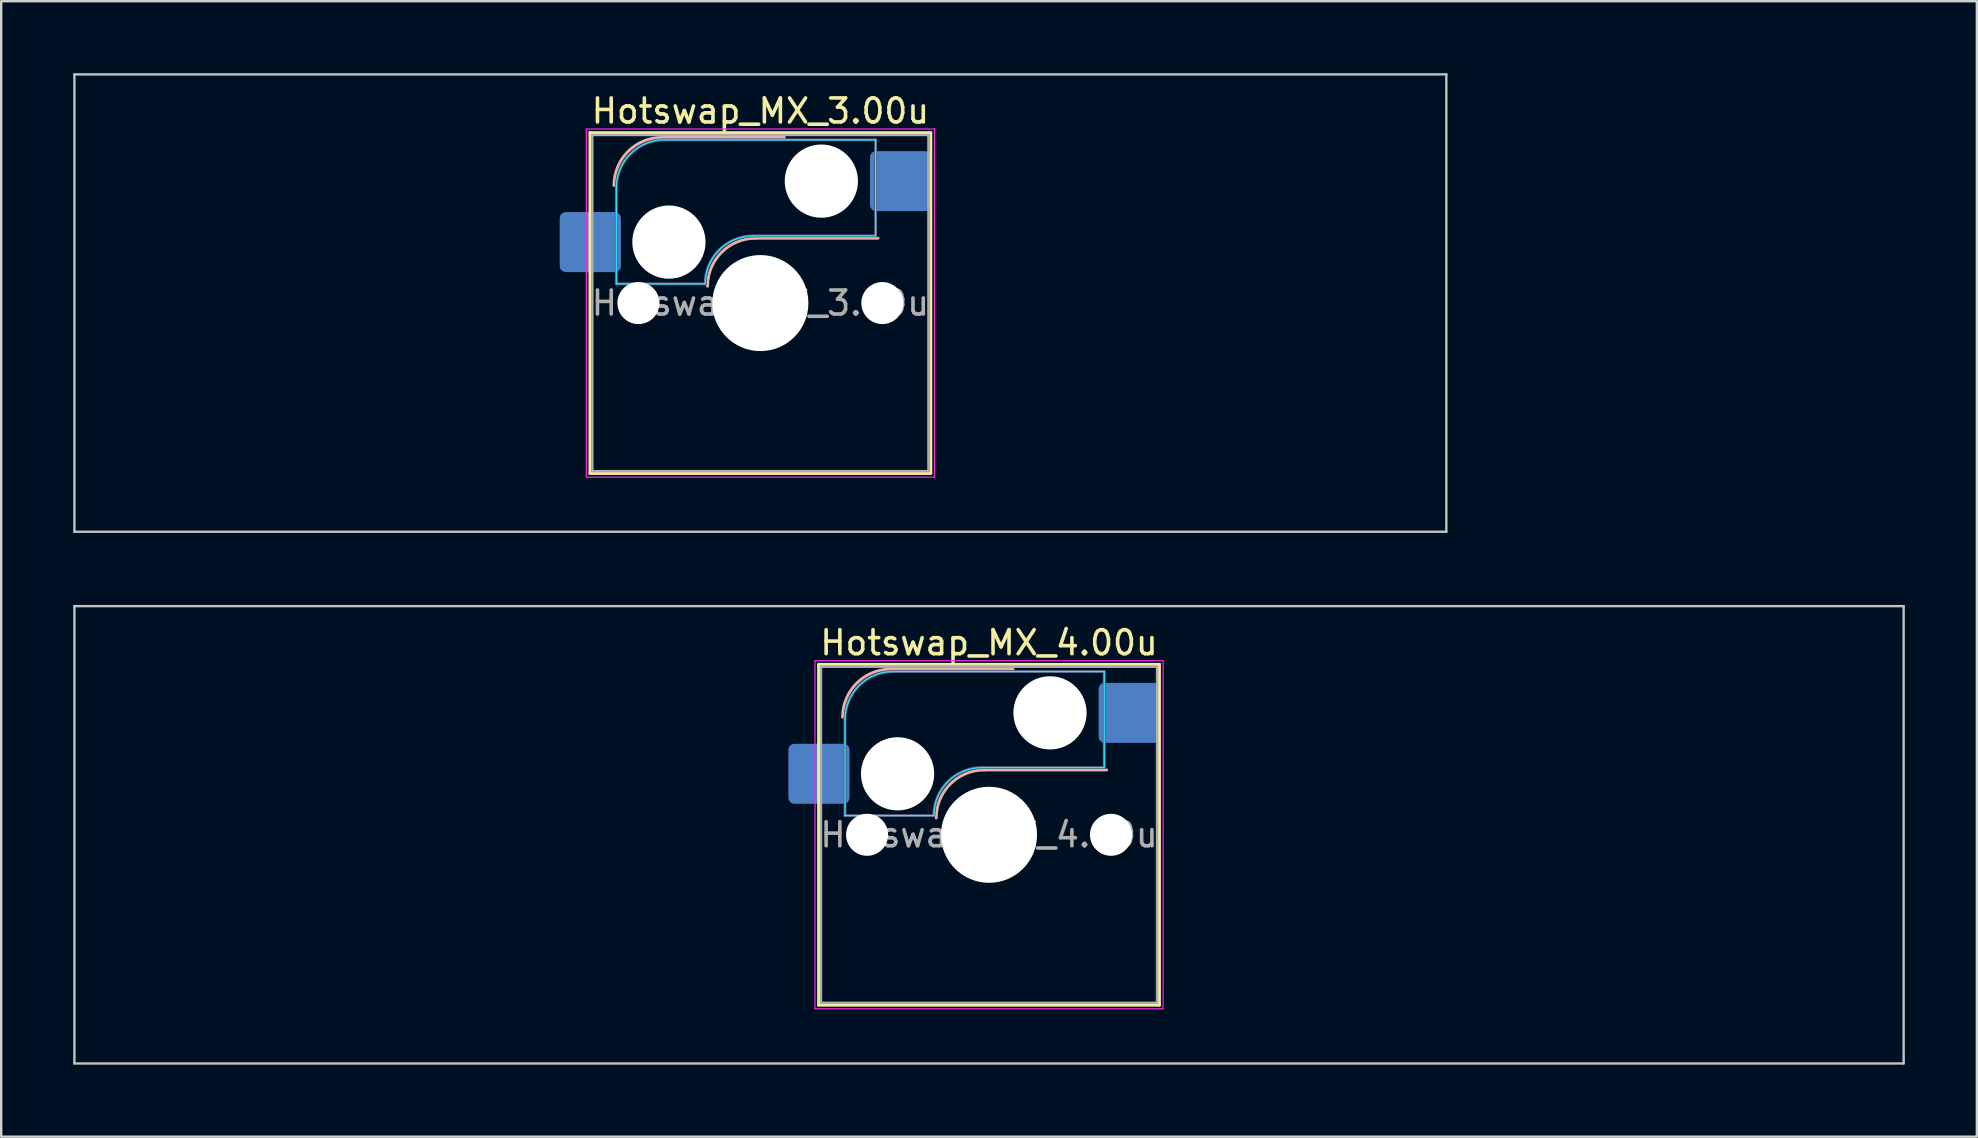
<source format=kicad_pcb>
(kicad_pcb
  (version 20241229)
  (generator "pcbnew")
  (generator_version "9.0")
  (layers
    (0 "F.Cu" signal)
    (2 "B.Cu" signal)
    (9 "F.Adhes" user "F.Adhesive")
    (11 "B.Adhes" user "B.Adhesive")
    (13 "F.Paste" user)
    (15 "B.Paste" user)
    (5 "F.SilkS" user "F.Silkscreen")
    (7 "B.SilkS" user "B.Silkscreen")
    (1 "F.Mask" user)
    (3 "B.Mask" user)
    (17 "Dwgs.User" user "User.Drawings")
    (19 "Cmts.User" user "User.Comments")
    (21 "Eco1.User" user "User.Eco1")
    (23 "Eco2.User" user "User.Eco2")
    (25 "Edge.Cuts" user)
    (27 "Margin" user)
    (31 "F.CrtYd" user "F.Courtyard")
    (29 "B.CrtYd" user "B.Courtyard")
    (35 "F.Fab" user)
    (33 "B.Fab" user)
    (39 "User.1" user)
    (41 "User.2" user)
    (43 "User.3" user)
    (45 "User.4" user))
  (footprint "Hotswap_MX_4.00u"
    (layer "F.Cu")
    (at 38.15 31.725)
    (property "Reference" "Hotswap_MX_4.00u" (at 0 -8 0) (layer "F.SilkS") (effects (font (size 1 1) (thickness 0.15))))
    (attr smd)
    (fp_line (start -7.1 -7.1) (end -7.1 7.1) (stroke (width 0.12) (type solid)) (layer "F.SilkS"))
    (fp_line (start -7.1 7.1) (end 7.1 7.1) (stroke (width 0.12) (type solid)) (layer "F.SilkS"))
    (fp_line (start 7.1 -7.1) (end -7.1 -7.1) (stroke (width 0.12) (type solid)) (layer "F.SilkS"))
    (fp_line (start 7.1 7.1) (end 7.1 -7.1) (stroke (width 0.12) (type solid)) (layer "F.SilkS"))
    (fp_line (start -4.1 -6.9) (end 1 -6.9) (stroke (width 0.12) (type solid)) (layer "B.SilkS"))
    (fp_line (start -0.2 -2.7) (end 4.9 -2.7) (stroke (width 0.12) (type solid)) (layer "B.SilkS"))
    (fp_arc (start -6.1 -4.9) (mid -5.514214 -6.314214) (end -4.1 -6.9) (stroke (width 0.12) (type solid)) (layer "B.SilkS"))
    (fp_arc (start -2.2 -0.7) (mid -1.614214 -2.114214) (end -0.2 -2.7) (stroke (width 0.12) (type solid)) (layer "B.SilkS"))
    (fp_line (start -38.1 -9.525) (end -38.1 9.525) (stroke (width 0.1) (type solid)) (layer "Dwgs.User"))
    (fp_line (start -38.1 9.525) (end 38.1 9.525) (stroke (width 0.1) (type solid)) (layer "Dwgs.User"))
    (fp_line (start 38.1 -9.525) (end -38.1 -9.525) (stroke (width 0.1) (type solid)) (layer "Dwgs.User"))
    (fp_line (start 38.1 9.525) (end 38.1 -9.525) (stroke (width 0.1) (type solid)) (layer "Dwgs.User"))
    (fp_line (start -7.8 -6) (end -7 -6) (stroke (width 0.1) (type solid)) (layer "Eco1.User"))
    (fp_line (start -7.8 -2.9) (end -7.8 -6) (stroke (width 0.1) (type solid)) (layer "Eco1.User"))
    (fp_line (start -7.8 2.9) (end -7 2.9) (stroke (width 0.1) (type solid)) (layer "Eco1.User"))
    (fp_line (start -7.8 6) (end -7.8 2.9) (stroke (width 0.1) (type solid)) (layer "Eco1.User"))
    (fp_line (start -7 -7) (end 7 -7) (stroke (width 0.1) (type solid)) (layer "Eco1.User"))
    (fp_line (start -7 -6) (end -7 -7) (stroke (width 0.1) (type solid)) (layer "Eco1.User"))
    (fp_line (start -7 -2.9) (end -7.8 -2.9) (stroke (width 0.1) (type solid)) (layer "Eco1.User"))
    (fp_line (start -7 2.9) (end -7 -2.9) (stroke (width 0.1) (type solid)) (layer "Eco1.User"))
    (fp_line (start -7 6) (end -7.8 6) (stroke (width 0.1) (type solid)) (layer "Eco1.User"))
    (fp_line (start -7 7) (end -7 6) (stroke (width 0.1) (type solid)) (layer "Eco1.User"))
    (fp_line (start 7 -7) (end 7 -6) (stroke (width 0.1) (type solid)) (layer "Eco1.User"))
    (fp_line (start 7 -6) (end 7.8 -6) (stroke (width 0.1) (type solid)) (layer "Eco1.User"))
    (fp_line (start 7 -2.9) (end 7 2.9) (stroke (width 0.1) (type solid)) (layer "Eco1.User"))
    (fp_line (start 7 2.9) (end 7.8 2.9) (stroke (width 0.1) (type solid)) (layer "Eco1.User"))
    (fp_line (start 7 6) (end 7 7) (stroke (width 0.1) (type solid)) (layer "Eco1.User"))
    (fp_line (start 7 7) (end -7 7) (stroke (width 0.1) (type solid)) (layer "Eco1.User"))
    (fp_line (start 7.8 -6) (end 7.8 -2.9) (stroke (width 0.1) (type solid)) (layer "Eco1.User"))
    (fp_line (start 7.8 -2.9) (end 7 -2.9) (stroke (width 0.1) (type solid)) (layer "Eco1.User"))
    (fp_line (start 7.8 2.9) (end 7.8 6) (stroke (width 0.1) (type solid)) (layer "Eco1.User"))
    (fp_line (start 7.8 6) (end 7 6) (stroke (width 0.1) (type solid)) (layer "Eco1.User"))
    (fp_line (start -6 -0.8) (end -6 -4.8) (stroke (width 0.05) (type solid)) (layer "B.CrtYd"))
    (fp_line (start -6 -0.8) (end -2.3 -0.8) (stroke (width 0.05) (type solid)) (layer "B.CrtYd"))
    (fp_line (start -4 -6.8) (end 4.8 -6.8) (stroke (width 0.05) (type solid)) (layer "B.CrtYd"))
    (fp_line (start -0.3 -2.8) (end 4.8 -2.8) (stroke (width 0.05) (type solid)) (layer "B.CrtYd"))
    (fp_line (start 4.8 -6.8) (end 4.8 -2.8) (stroke (width 0.05) (type solid)) (layer "B.CrtYd"))
    (fp_arc (start -6 -4.8) (mid -5.414214 -6.214214) (end -4 -6.8) (stroke (width 0.05) (type solid)) (layer "B.CrtYd"))
    (fp_arc (start -2.3 -0.8) (mid -1.714214 -2.214214) (end -0.3 -2.8) (stroke (width 0.05) (type solid)) (layer "B.CrtYd"))
    (fp_line (start -7.25 -7.25) (end -7.25 7.25) (stroke (width 0.05) (type solid)) (layer "F.CrtYd"))
    (fp_line (start -7.25 7.25) (end 7.25 7.25) (stroke (width 0.05) (type solid)) (layer "F.CrtYd"))
    (fp_line (start 7.25 -7.25) (end -7.25 -7.25) (stroke (width 0.05) (type solid)) (layer "F.CrtYd"))
    (fp_line (start 7.25 7.25) (end 7.25 -7.25) (stroke (width 0.05) (type solid)) (layer "F.CrtYd"))
    (fp_line (start -6 -0.8) (end -6 -4.8) (stroke (width 0.12) (type solid)) (layer "B.Fab"))
    (fp_line (start -6 -0.8) (end -2.3 -0.8) (stroke (width 0.12) (type solid)) (layer "B.Fab"))
    (fp_line (start -4 -6.8) (end 4.8 -6.8) (stroke (width 0.12) (type solid)) (layer "B.Fab"))
    (fp_line (start -0.3 -2.8) (end 4.8 -2.8) (stroke (width 0.12) (type solid)) (layer "B.Fab"))
    (fp_line (start 4.8 -6.8) (end 4.8 -2.8) (stroke (width 0.12) (type solid)) (layer "B.Fab"))
    (fp_arc (start -6 -4.8) (mid -5.414214 -6.214214) (end -4 -6.8) (stroke (width 0.12) (type solid)) (layer "B.Fab"))
    (fp_arc (start -2.3 -0.8) (mid -1.714214 -2.214214) (end -0.3 -2.8) (stroke (width 0.12) (type solid)) (layer "B.Fab"))
    (fp_line (start -7 -7) (end -7 7) (stroke (width 0.1) (type solid)) (layer "F.Fab"))
    (fp_line (start -7 7) (end 7 7) (stroke (width 0.1) (type solid)) (layer "F.Fab"))
    (fp_line (start 7 -7) (end -7 -7) (stroke (width 0.1) (type solid)) (layer "F.Fab"))
    (fp_line (start 7 7) (end 7 -7) (stroke (width 0.1) (type solid)) (layer "F.Fab"))
    (fp_text user "${REFERENCE}" (at 0 0 0) (layer "F.Fab") (effects (font (size 1 1) (thickness 0.15))))
    (pad "" np_thru_hole circle (at -5.08 0) (size 1.75 1.75) (drill 1.75) (layers "*.Cu" "*.Mask"))
    (pad "" np_thru_hole circle (at -3.81 -2.54) (size 3.05 3.05) (drill 3.05) (layers "*.Cu" "*.Mask"))
    (pad "" np_thru_hole circle (at 0 0) (size 4 4) (drill 4) (layers "*.Cu" "*.Mask"))
    (pad "" np_thru_hole circle (at 2.54 -5.08) (size 3.05 3.05) (drill 3.05) (layers "*.Cu" "*.Mask"))
    (pad "" np_thru_hole circle (at 5.08 0) (size 1.75 1.75) (drill 1.75) (layers "*.Cu" "*.Mask"))
    (pad "1" smd roundrect (at -7.085 -2.54) (size 2.55 2.5) (layers "B.Cu" "B.Mask" "B.Paste") (roundrect_rratio 0.1))
    (pad "2" smd roundrect (at 5.842 -5.08) (size 2.55 2.5) (layers "B.Cu" "B.Mask" "B.Paste") (roundrect_rratio 0.1)))
  (footprint "Hotswap_MX_3.00u"
    (layer "F.Cu")
    (at 28.625 9.575)
    (property "Reference" "Hotswap_MX_3.00u" (at 0 -8 0) (layer "F.SilkS") (effects (font (size 1 1) (thickness 0.15))))
    (attr smd)
    (fp_line (start -7.1 -7.1) (end -7.1 7.1) (stroke (width 0.12) (type solid)) (layer "F.SilkS"))
    (fp_line (start -7.1 7.1) (end 7.1 7.1) (stroke (width 0.12) (type solid)) (layer "F.SilkS"))
    (fp_line (start 7.1 -7.1) (end -7.1 -7.1) (stroke (width 0.12) (type solid)) (layer "F.SilkS"))
    (fp_line (start 7.1 7.1) (end 7.1 -7.1) (stroke (width 0.12) (type solid)) (layer "F.SilkS"))
    (fp_line (start -4.1 -6.9) (end 1 -6.9) (stroke (width 0.12) (type solid)) (layer "B.SilkS"))
    (fp_line (start -0.2 -2.7) (end 4.9 -2.7) (stroke (width 0.12) (type solid)) (layer "B.SilkS"))
    (fp_arc (start -6.1 -4.9) (mid -5.514214 -6.314214) (end -4.1 -6.9) (stroke (width 0.12) (type solid)) (layer "B.SilkS"))
    (fp_arc (start -2.2 -0.7) (mid -1.614214 -2.114214) (end -0.2 -2.7) (stroke (width 0.12) (type solid)) (layer "B.SilkS"))
    (fp_line (start -28.575 -9.525) (end -28.575 9.525) (stroke (width 0.1) (type solid)) (layer "Dwgs.User"))
    (fp_line (start -28.575 9.525) (end 28.575 9.525) (stroke (width 0.1) (type solid)) (layer "Dwgs.User"))
    (fp_line (start 28.575 -9.525) (end -28.575 -9.525) (stroke (width 0.1) (type solid)) (layer "Dwgs.User"))
    (fp_line (start 28.575 9.525) (end 28.575 -9.525) (stroke (width 0.1) (type solid)) (layer "Dwgs.User"))
    (fp_line (start -7.8 -6) (end -7 -6) (stroke (width 0.1) (type solid)) (layer "Eco1.User"))
    (fp_line (start -7.8 -2.9) (end -7.8 -6) (stroke (width 0.1) (type solid)) (layer "Eco1.User"))
    (fp_line (start -7.8 2.9) (end -7 2.9) (stroke (width 0.1) (type solid)) (layer "Eco1.User"))
    (fp_line (start -7.8 6) (end -7.8 2.9) (stroke (width 0.1) (type solid)) (layer "Eco1.User"))
    (fp_line (start -7 -7) (end 7 -7) (stroke (width 0.1) (type solid)) (layer "Eco1.User"))
    (fp_line (start -7 -6) (end -7 -7) (stroke (width 0.1) (type solid)) (layer "Eco1.User"))
    (fp_line (start -7 -2.9) (end -7.8 -2.9) (stroke (width 0.1) (type solid)) (layer "Eco1.User"))
    (fp_line (start -7 2.9) (end -7 -2.9) (stroke (width 0.1) (type solid)) (layer "Eco1.User"))
    (fp_line (start -7 6) (end -7.8 6) (stroke (width 0.1) (type solid)) (layer "Eco1.User"))
    (fp_line (start -7 7) (end -7 6) (stroke (width 0.1) (type solid)) (layer "Eco1.User"))
    (fp_line (start 7 -7) (end 7 -6) (stroke (width 0.1) (type solid)) (layer "Eco1.User"))
    (fp_line (start 7 -6) (end 7.8 -6) (stroke (width 0.1) (type solid)) (layer "Eco1.User"))
    (fp_line (start 7 -2.9) (end 7 2.9) (stroke (width 0.1) (type solid)) (layer "Eco1.User"))
    (fp_line (start 7 2.9) (end 7.8 2.9) (stroke (width 0.1) (type solid)) (layer "Eco1.User"))
    (fp_line (start 7 6) (end 7 7) (stroke (width 0.1) (type solid)) (layer "Eco1.User"))
    (fp_line (start 7 7) (end -7 7) (stroke (width 0.1) (type solid)) (layer "Eco1.User"))
    (fp_line (start 7.8 -6) (end 7.8 -2.9) (stroke (width 0.1) (type solid)) (layer "Eco1.User"))
    (fp_line (start 7.8 -2.9) (end 7 -2.9) (stroke (width 0.1) (type solid)) (layer "Eco1.User"))
    (fp_line (start 7.8 2.9) (end 7.8 6) (stroke (width 0.1) (type solid)) (layer "Eco1.User"))
    (fp_line (start 7.8 6) (end 7 6) (stroke (width 0.1) (type solid)) (layer "Eco1.User"))
    (fp_line (start -6 -0.8) (end -6 -4.8) (stroke (width 0.05) (type solid)) (layer "B.CrtYd"))
    (fp_line (start -6 -0.8) (end -2.3 -0.8) (stroke (width 0.05) (type solid)) (layer "B.CrtYd"))
    (fp_line (start -4 -6.8) (end 4.8 -6.8) (stroke (width 0.05) (type solid)) (layer "B.CrtYd"))
    (fp_line (start -0.3 -2.8) (end 4.8 -2.8) (stroke (width 0.05) (type solid)) (layer "B.CrtYd"))
    (fp_line (start 4.8 -6.8) (end 4.8 -2.8) (stroke (width 0.05) (type solid)) (layer "B.CrtYd"))
    (fp_arc (start -6 -4.8) (mid -5.414214 -6.214214) (end -4 -6.8) (stroke (width 0.05) (type solid)) (layer "B.CrtYd"))
    (fp_arc (start -2.3 -0.8) (mid -1.714214 -2.214214) (end -0.3 -2.8) (stroke (width 0.05) (type solid)) (layer "B.CrtYd"))
    (fp_line (start -7.25 -7.25) (end -7.25 7.25) (stroke (width 0.05) (type solid)) (layer "F.CrtYd"))
    (fp_line (start -7.25 7.25) (end 7.25 7.25) (stroke (width 0.05) (type solid)) (layer "F.CrtYd"))
    (fp_line (start 7.25 -7.25) (end -7.25 -7.25) (stroke (width 0.05) (type solid)) (layer "F.CrtYd"))
    (fp_line (start 7.25 7.25) (end 7.25 -7.25) (stroke (width 0.05) (type solid)) (layer "F.CrtYd"))
    (fp_line (start -6 -0.8) (end -6 -4.8) (stroke (width 0.12) (type solid)) (layer "B.Fab"))
    (fp_line (start -6 -0.8) (end -2.3 -0.8) (stroke (width 0.12) (type solid)) (layer "B.Fab"))
    (fp_line (start -4 -6.8) (end 4.8 -6.8) (stroke (width 0.12) (type solid)) (layer "B.Fab"))
    (fp_line (start -0.3 -2.8) (end 4.8 -2.8) (stroke (width 0.12) (type solid)) (layer "B.Fab"))
    (fp_line (start 4.8 -6.8) (end 4.8 -2.8) (stroke (width 0.12) (type solid)) (layer "B.Fab"))
    (fp_arc (start -6 -4.8) (mid -5.414214 -6.214214) (end -4 -6.8) (stroke (width 0.12) (type solid)) (layer "B.Fab"))
    (fp_arc (start -2.3 -0.8) (mid -1.714214 -2.214214) (end -0.3 -2.8) (stroke (width 0.12) (type solid)) (layer "B.Fab"))
    (fp_line (start -7 -7) (end -7 7) (stroke (width 0.1) (type solid)) (layer "F.Fab"))
    (fp_line (start -7 7) (end 7 7) (stroke (width 0.1) (type solid)) (layer "F.Fab"))
    (fp_line (start 7 -7) (end -7 -7) (stroke (width 0.1) (type solid)) (layer "F.Fab"))
    (fp_line (start 7 7) (end 7 -7) (stroke (width 0.1) (type solid)) (layer "F.Fab"))
    (fp_text user "${REFERENCE}" (at 0 0 0) (layer "F.Fab") (effects (font (size 1 1) (thickness 0.15))))
    (pad "" np_thru_hole circle (at -5.08 0) (size 1.75 1.75) (drill 1.75) (layers "*.Cu" "*.Mask"))
    (pad "" np_thru_hole circle (at -3.81 -2.54) (size 3.05 3.05) (drill 3.05) (layers "*.Cu" "*.Mask"))
    (pad "" np_thru_hole circle (at 0 0) (size 4 4) (drill 4) (layers "*.Cu" "*.Mask"))
    (pad "" np_thru_hole circle (at 2.54 -5.08) (size 3.05 3.05) (drill 3.05) (layers "*.Cu" "*.Mask"))
    (pad "" np_thru_hole circle (at 5.08 0) (size 1.75 1.75) (drill 1.75) (layers "*.Cu" "*.Mask"))
    (pad "1" smd roundrect (at -7.085 -2.54) (size 2.55 2.5) (layers "B.Cu" "B.Mask" "B.Paste") (roundrect_rratio 0.1))
    (pad "2" smd roundrect (at 5.842 -5.08) (size 2.55 2.5) (layers "B.Cu" "B.Mask" "B.Paste") (roundrect_rratio 0.1)))
  (gr_rect
    (start -3 -3)
    (end 79.3 44.3)
    (stroke (width 0.1) (type default))
    (fill no)
    (layer "Edge.Cuts")))
</source>
